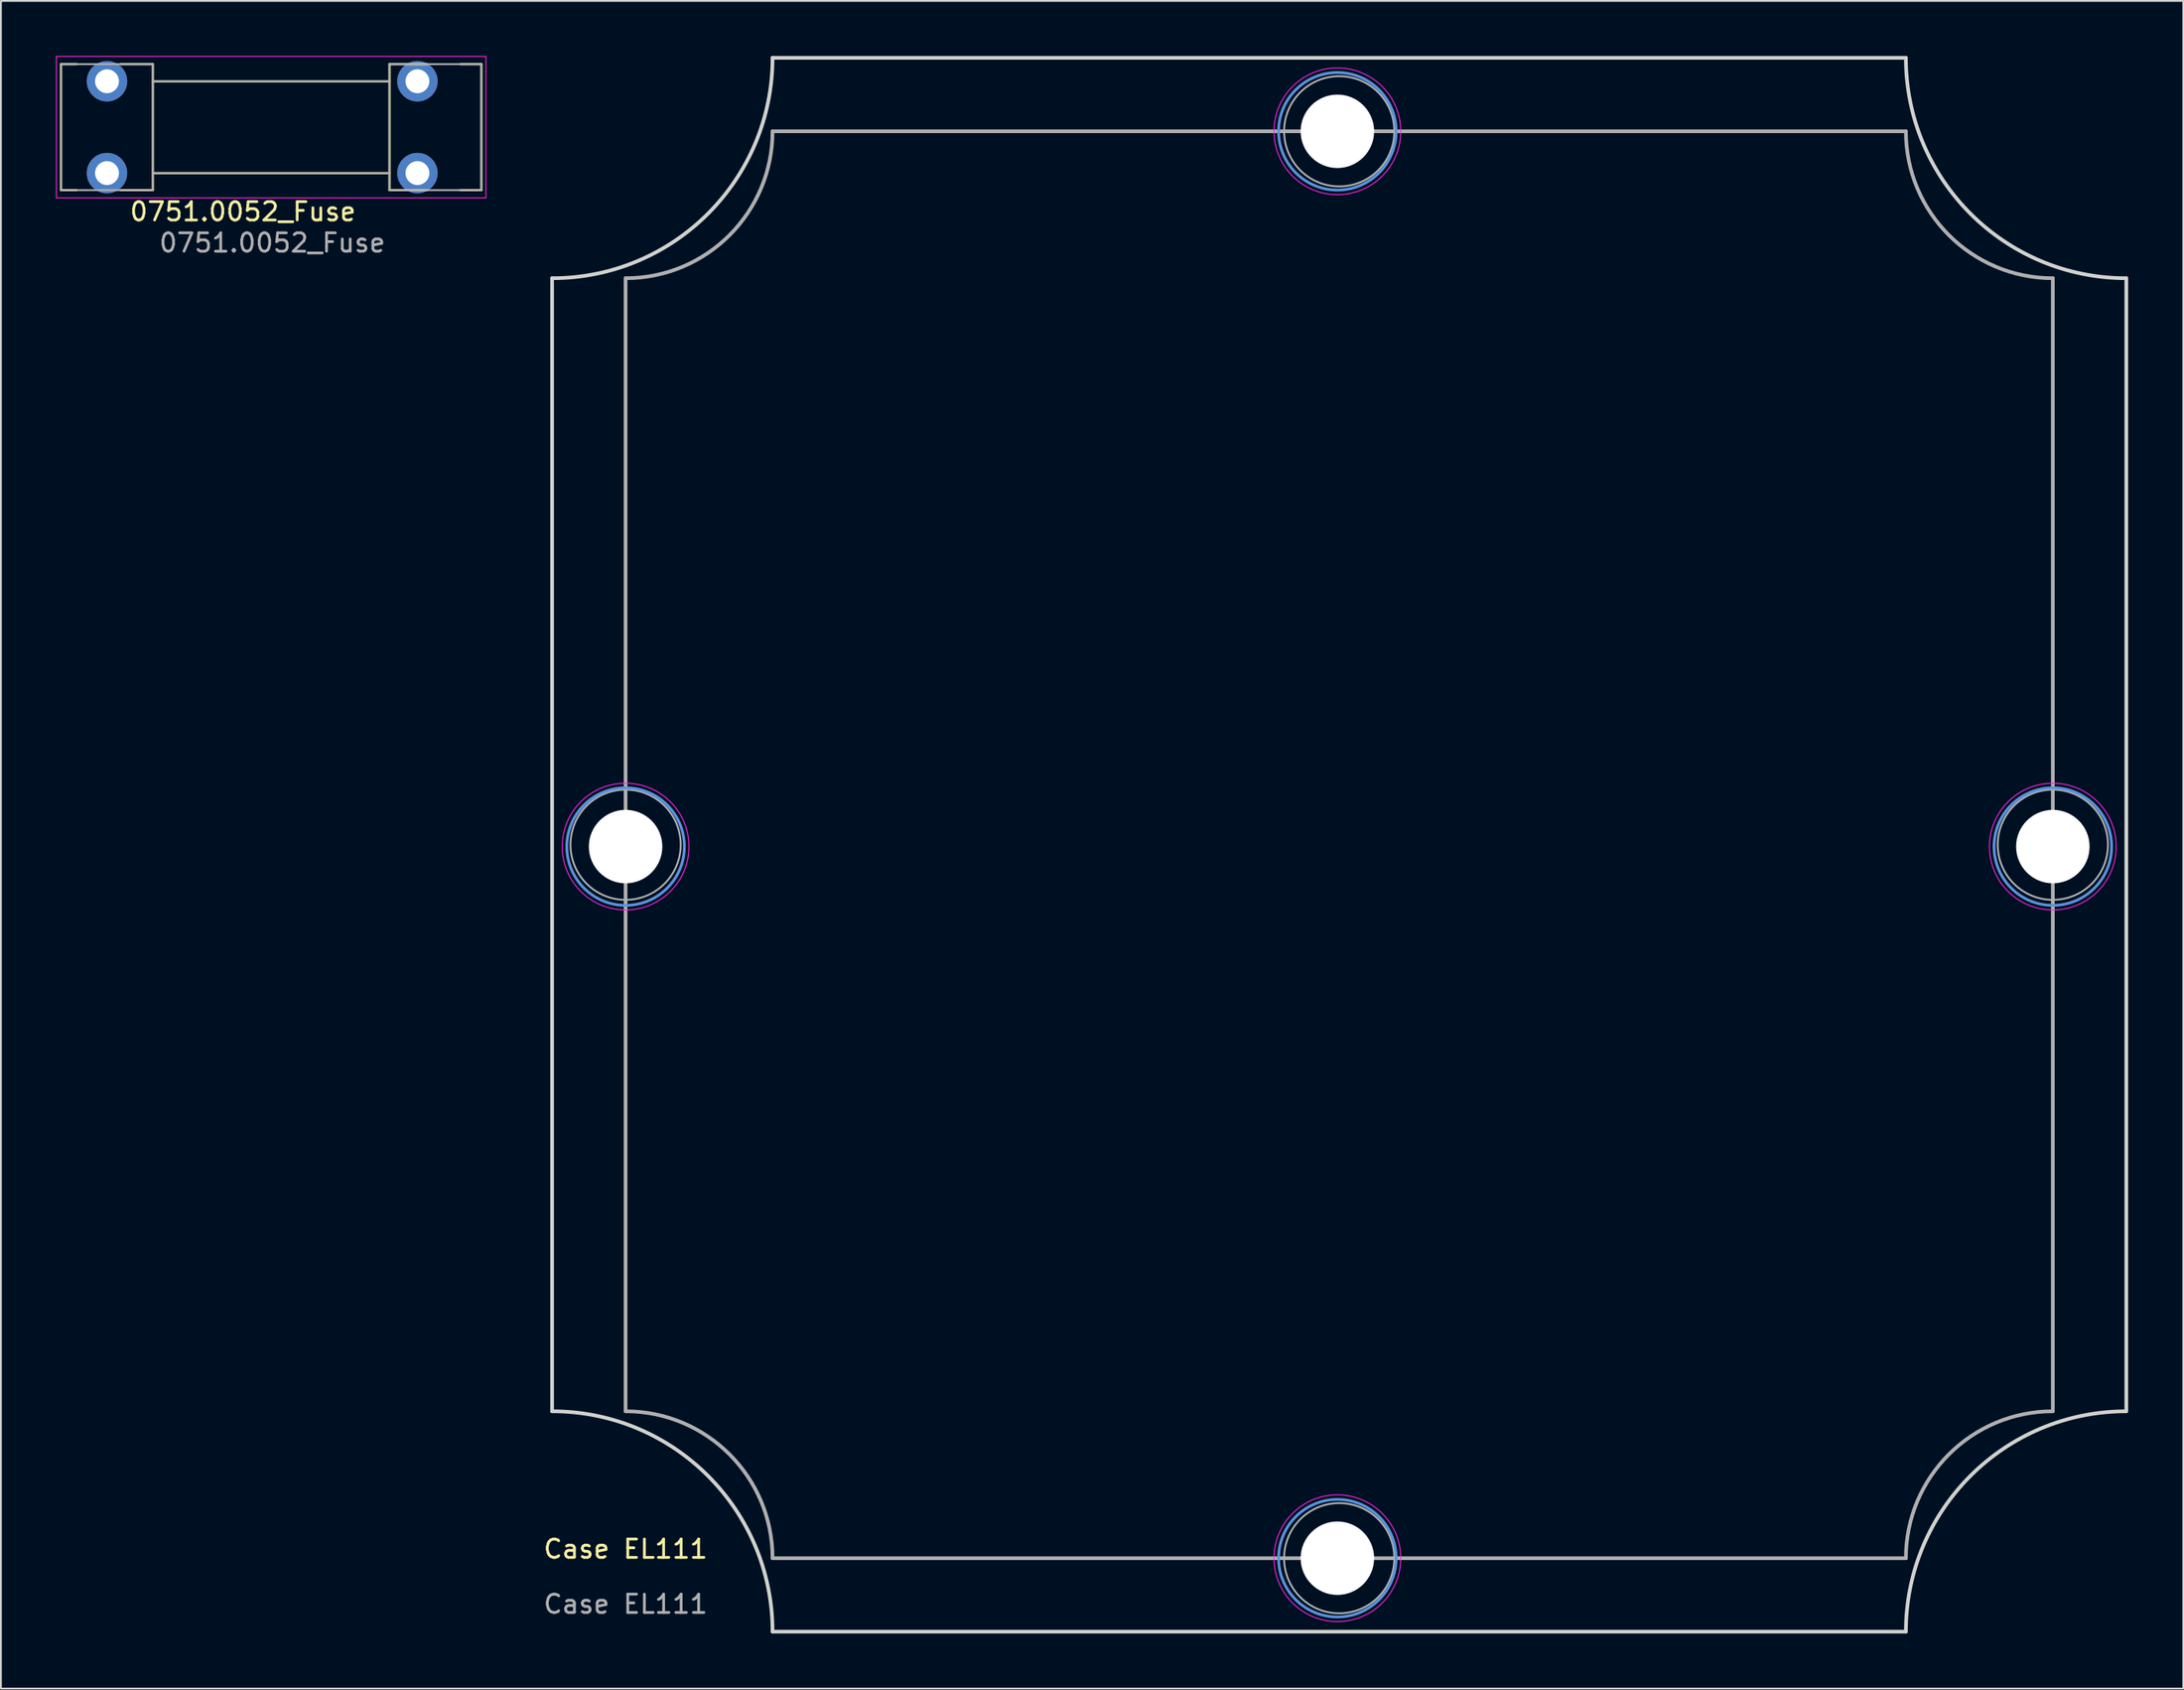
<source format=kicad_pcb>
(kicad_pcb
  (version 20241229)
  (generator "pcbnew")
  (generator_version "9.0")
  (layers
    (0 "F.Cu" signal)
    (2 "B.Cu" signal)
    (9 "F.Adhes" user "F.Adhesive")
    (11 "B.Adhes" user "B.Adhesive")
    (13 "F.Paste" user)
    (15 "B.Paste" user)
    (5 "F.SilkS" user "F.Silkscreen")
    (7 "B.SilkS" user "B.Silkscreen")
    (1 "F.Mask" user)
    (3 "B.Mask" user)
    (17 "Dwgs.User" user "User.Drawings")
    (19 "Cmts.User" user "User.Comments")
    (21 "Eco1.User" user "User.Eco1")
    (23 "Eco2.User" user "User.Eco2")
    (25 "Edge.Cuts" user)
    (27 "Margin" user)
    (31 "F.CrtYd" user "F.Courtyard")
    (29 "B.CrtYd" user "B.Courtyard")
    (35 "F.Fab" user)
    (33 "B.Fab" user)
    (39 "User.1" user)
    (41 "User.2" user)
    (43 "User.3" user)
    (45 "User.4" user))
  (footprint "0751.0052_Fuse"
    (layer "F.Cu")
    (at 0.275 7.275)
    (property "Reference" "0751.0052_Fuse" (at 9.9 1.2 0) (unlocked yes) (layer "F.SilkS") (effects (font (size 1 1) (thickness 0.15))))
    (attr through_hole)
    (fp_line (start 0 0.03) (end 0 -6.83) (stroke (width 0.12) (type solid)) (layer "F.SilkS"))
    (fp_line (start 0.84 -6.83) (end 0 -6.83) (stroke (width 0.12) (type solid)) (layer "F.SilkS"))
    (fp_line (start 0.84 0.03) (end 0 0.03) (stroke (width 0.12) (type solid)) (layer "F.SilkS"))
    (fp_line (start 5 -6.83) (end 3.24 -6.83) (stroke (width 0.12) (type solid)) (layer "F.SilkS"))
    (fp_line (start 5 -6.83) (end 5 0.03) (stroke (width 0.12) (type solid)) (layer "F.SilkS"))
    (fp_line (start 5 0.03) (end 3.24 0.03) (stroke (width 0.12) (type solid)) (layer "F.SilkS"))
    (fp_line (start 17.88 -6.83) (end 17.88 0.03) (stroke (width 0.12) (type solid)) (layer "F.SilkS"))
    (fp_line (start 17.88 -5.9) (end 5 -5.9) (stroke (width 0.12) (type solid)) (layer "F.SilkS"))
    (fp_line (start 17.88 -0.9) (end 5 -0.9) (stroke (width 0.12) (type solid)) (layer "F.SilkS"))
    (fp_line (start 19.94 -6.83) (end 17.88 -6.83) (stroke (width 0.12) (type solid)) (layer "F.SilkS"))
    (fp_line (start 19.94 0.03) (end 17.88 0.03) (stroke (width 0.12) (type solid)) (layer "F.SilkS"))
    (fp_line (start 21.74 -6.83) (end 22.88 -6.83) (stroke (width 0.12) (type solid)) (layer "F.SilkS"))
    (fp_line (start 21.74 0.03) (end 22.88 0.03) (stroke (width 0.12) (type solid)) (layer "F.SilkS"))
    (fp_line (start 22.88 -6.83) (end 22.88 0.03) (stroke (width 0.12) (type solid)) (layer "F.SilkS"))
    (fp_line (start -0.25 -7.25) (end -0.25 0.45) (stroke (width 0.05) (type solid)) (layer "F.CrtYd"))
    (fp_line (start -0.25 -7.25) (end 23.13 -7.25) (stroke (width 0.05) (type solid)) (layer "F.CrtYd"))
    (fp_line (start 23.13 0.45) (end -0.25 0.45) (stroke (width 0.05) (type solid)) (layer "F.CrtYd"))
    (fp_line (start 23.13 0.45) (end 23.13 -7.25) (stroke (width 0.05) (type solid)) (layer "F.CrtYd"))
    (fp_line (start 0 -6.83) (end 5 -6.83) (stroke (width 0.1) (type solid)) (layer "F.Fab"))
    (fp_line (start 0 0.03) (end 0 -6.83) (stroke (width 0.1) (type solid)) (layer "F.Fab"))
    (fp_line (start 5 -6.83) (end 5 0.03) (stroke (width 0.1) (type solid)) (layer "F.Fab"))
    (fp_line (start 5 -5.9) (end 17.88 -5.9) (stroke (width 0.1) (type solid)) (layer "F.Fab"))
    (fp_line (start 5 0.03) (end 0 0.03) (stroke (width 0.1) (type solid)) (layer "F.Fab"))
    (fp_line (start 17.88 -6.83) (end 17.88 0.03) (stroke (width 0.1) (type solid)) (layer "F.Fab"))
    (fp_line (start 17.88 -0.9) (end 5 -0.9) (stroke (width 0.1) (type solid)) (layer "F.Fab"))
    (fp_line (start 17.88 0.03) (end 22.88 0.03) (stroke (width 0.1) (type solid)) (layer "F.Fab"))
    (fp_line (start 22.88 -6.83) (end 17.88 -6.83) (stroke (width 0.1) (type solid)) (layer "F.Fab"))
    (fp_line (start 22.88 0.03) (end 22.88 -6.83) (stroke (width 0.1) (type solid)) (layer "F.Fab"))
    (fp_text user "${REFERENCE}" (at 11.5 2.9 0) (unlocked yes) (layer "F.Fab") (effects (font (size 1 1) (thickness 0.15))))
    (pad "1" thru_hole circle (at 2.5 -5.9) (size 2.2 2.2) (drill 1.3) (layers "*.Cu" "*.Mask"))
    (pad "1" thru_hole circle (at 2.5 -0.9) (size 2.2 2.2) (drill 1.3) (layers "*.Cu" "*.Mask"))
    (pad "2" thru_hole circle (at 19.4 -5.9) (size 2.2 2.2) (drill 1.3) (layers "*.Cu" "*.Mask"))
    (pad "2" thru_hole circle (at 19.4 -0.9) (size 2.2 2.2) (drill 1.3) (layers "*.Cu" "*.Mask")))
  (footprint "Case EL111"
    (layer "F.Cu")
    (at 31.007 81.8)
    (property "Reference" "Case EL111" (at 0 -0.5 0) (unlocked yes) (layer "F.SilkS") (effects (font (size 1 1) (thickness 0.15))))
    (fp_circle (center 0 -38.75) (end 3.2 -38.75) (stroke (width 0.15) (type solid)) (fill no) (layer "Cmts.User"))
    (fp_circle (center 38.75 -77.7) (end 41.95 -77.7) (stroke (width 0.15) (type solid)) (fill no) (layer "Cmts.User"))
    (fp_circle (center 38.75 0) (end 41.95 0) (stroke (width 0.15) (type solid)) (fill no) (layer "Cmts.User"))
    (fp_circle (center 77.7 -38.75) (end 80.9 -38.75) (stroke (width 0.15) (type solid)) (fill no) (layer "Cmts.User"))
    (fp_line (start -4 -8) (end -4 -69.7) (stroke (width 0.2) (type default)) (layer "Edge.Cuts"))
    (fp_line (start 8 -81.7) (end 69.7 -81.7) (stroke (width 0.2) (type default)) (layer "Edge.Cuts"))
    (fp_line (start 69.7 4) (end 8 4) (stroke (width 0.2) (type default)) (layer "Edge.Cuts"))
    (fp_line (start 81.7 -69.7) (end 81.7 -8) (stroke (width 0.2) (type default)) (layer "Edge.Cuts"))
    (fp_arc (start -4 -8) (mid 4.485283 -4.485283) (end 8 4) (stroke (width 0.2) (type default)) (layer "Edge.Cuts"))
    (fp_arc (start 8 -81.7) (mid 4.485283 -73.214717) (end -4 -69.7) (stroke (width 0.2) (type default)) (layer "Edge.Cuts"))
    (fp_arc (start 69.7 4) (mid 73.214718 -4.485282) (end 81.7 -8) (stroke (width 0.2) (type default)) (layer "Edge.Cuts"))
    (fp_arc (start 81.7 -69.7) (mid 73.214718 -73.214718) (end 69.7 -81.7) (stroke (width 0.2) (type default)) (layer "Edge.Cuts"))
    (fp_circle (center 0 -38.75) (end 3.45 -38.75) (stroke (width 0.05) (type solid)) (fill no) (layer "F.CrtYd"))
    (fp_circle (center 38.75 -77.7) (end 42.2 -77.7) (stroke (width 0.05) (type solid)) (fill no) (layer "F.CrtYd"))
    (fp_circle (center 38.75 0) (end 42.2 0) (stroke (width 0.05) (type solid)) (fill no) (layer "F.CrtYd"))
    (fp_circle (center 77.7 -38.75) (end 81.15 -38.75) (stroke (width 0.05) (type solid)) (fill no) (layer "F.CrtYd"))
    (fp_line (start 0 -8) (end 0 -69.7) (stroke (width 0.2) (type default)) (layer "F.Fab"))
    (fp_line (start 8 -77.7) (end 69.7 -77.7) (stroke (width 0.2) (type default)) (layer "F.Fab"))
    (fp_line (start 69.7 0) (end 8 0) (stroke (width 0.2) (type default)) (layer "F.Fab"))
    (fp_line (start 77.7 -69.7) (end 77.7 -8) (stroke (width 0.2) (type default)) (layer "F.Fab"))
    (fp_arc (start 0 -8) (mid 5.656855 -5.656855) (end 8 0) (stroke (width 0.2) (type default)) (layer "F.Fab"))
    (fp_arc (start 8 -77.7) (mid 5.656855 -72.043145) (end 0 -69.7) (stroke (width 0.2) (type default)) (layer "F.Fab"))
    (fp_arc (start 69.7 0) (mid 72.043145 -5.656855) (end 77.7 -8) (stroke (width 0.2) (type default)) (layer "F.Fab"))
    (fp_arc (start 77.7 -69.7) (mid 72.043145 -72.043145) (end 69.7 -77.7) (stroke (width 0.2) (type default)) (layer "F.Fab"))
    (fp_circle (center 0 -38.85) (end 3 -38.85) (stroke (width 0.1) (type default)) (fill no) (layer "F.Fab"))
    (fp_circle (center 38.85 -77.7) (end 41.85 -77.7) (stroke (width 0.1) (type default)) (fill no) (layer "F.Fab"))
    (fp_circle (center 38.85 0) (end 41.85 0) (stroke (width 0.1) (type default)) (fill no) (layer "F.Fab"))
    (fp_circle (center 77.7 -38.85) (end 80.7 -38.85) (stroke (width 0.1) (type default)) (fill no) (layer "F.Fab"))
    (fp_text user "${REFERENCE}" (at 0 2.5 0) (unlocked yes) (layer "F.Fab") (effects (font (size 1 1) (thickness 0.15))))
    (pad "" np_thru_hole circle (at 0 -38.75) (size 4 4) (drill 4) (layers "*.Cu" "*.Mask"))
    (pad "" np_thru_hole circle (at 38.75 -77.7) (size 4 4) (drill 4) (layers "*.Cu" "*.Mask"))
    (pad "" np_thru_hole circle (at 38.75 0) (size 4 4) (drill 4) (layers "*.Cu" "*.Mask"))
    (pad "" np_thru_hole circle (at 77.7 -38.75) (size 4 4) (drill 4) (layers "*.Cu" "*.Mask")))
  (gr_rect
    (start -3 -3)
    (end 115.807 88.9)
    (stroke (width 0.1) (type default))
    (fill no)
    (layer "Edge.Cuts")))
</source>
